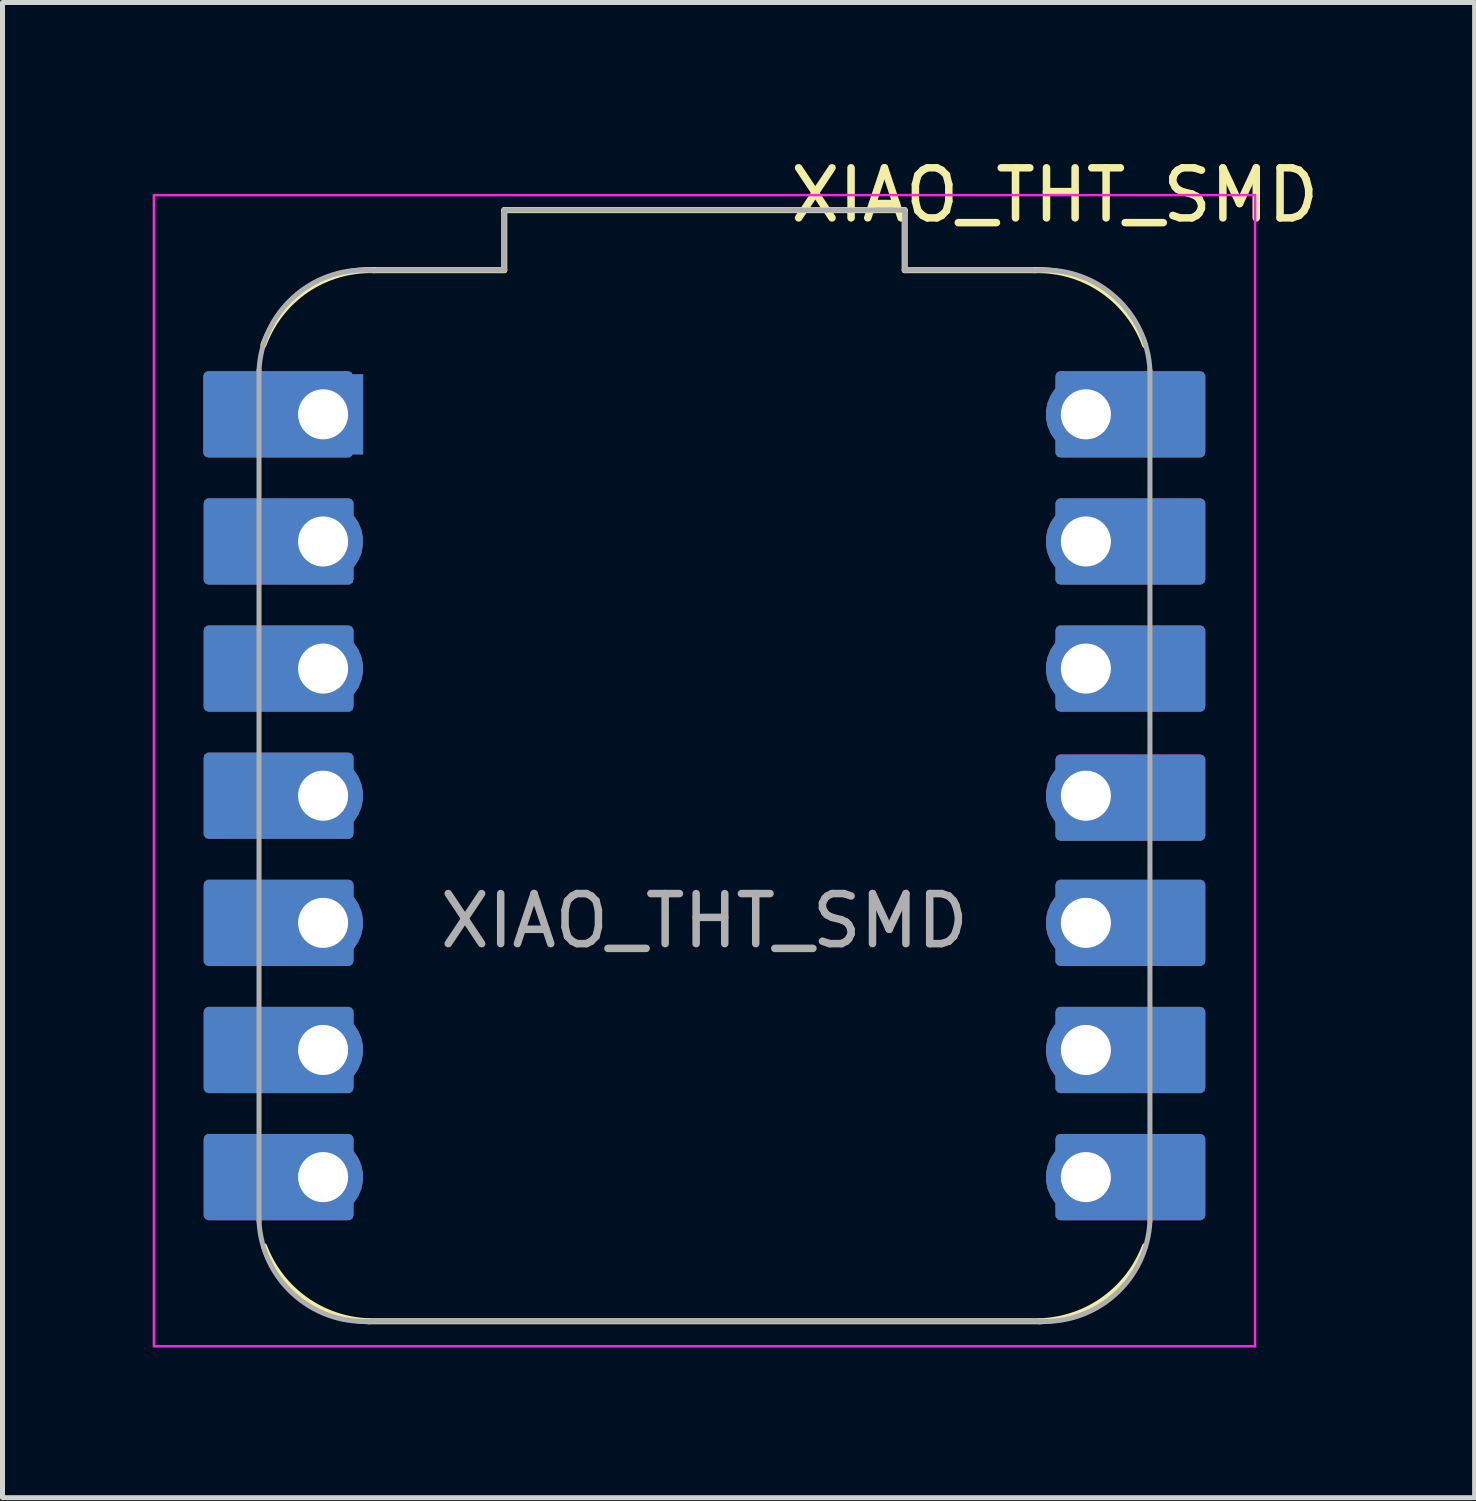
<source format=kicad_pcb>
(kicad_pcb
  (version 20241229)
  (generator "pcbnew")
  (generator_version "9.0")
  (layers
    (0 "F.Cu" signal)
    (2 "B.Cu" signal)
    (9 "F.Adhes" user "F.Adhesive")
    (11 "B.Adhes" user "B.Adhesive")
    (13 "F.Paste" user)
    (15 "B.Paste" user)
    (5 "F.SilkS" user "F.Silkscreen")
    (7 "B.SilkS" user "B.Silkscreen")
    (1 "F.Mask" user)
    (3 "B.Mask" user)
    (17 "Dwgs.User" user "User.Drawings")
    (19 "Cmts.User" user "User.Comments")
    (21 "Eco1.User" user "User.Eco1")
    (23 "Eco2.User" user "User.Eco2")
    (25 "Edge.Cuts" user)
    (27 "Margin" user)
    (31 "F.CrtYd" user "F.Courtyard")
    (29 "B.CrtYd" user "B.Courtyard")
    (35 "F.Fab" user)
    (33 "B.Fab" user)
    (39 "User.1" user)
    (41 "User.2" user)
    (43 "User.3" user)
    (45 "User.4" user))
  (footprint "XIAO_THT_SMD"
    (layer "F.Cu")
    (at 11.025 12.848)
    (property "Reference" "XIAO_THT_SMD" (at 7 -12 0) (unlocked yes) (layer "F.SilkS") (effects (font (size 1 1) (thickness 0.15))))
    (attr smd)
    (fp_line (start -6.7 10.5) (end 6.7 10.5) (stroke (width 0.12) (type default)) (layer "F.SilkS"))
    (fp_line (start -4 -11.7) (end 4 -11.7) (stroke (width 0.12) (type default)) (layer "F.SilkS"))
    (fp_line (start -4 -10.5) (end -6.6 -10.5) (stroke (width 0.12) (type default)) (layer "F.SilkS"))
    (fp_line (start -4 -10.5) (end -4 -11.7) (stroke (width 0.12) (type default)) (layer "F.SilkS"))
    (fp_line (start 4 -11.7) (end 4 -10.5) (stroke (width 0.12) (type default)) (layer "F.SilkS"))
    (fp_line (start 6.6 -10.5) (end 4 -10.5) (stroke (width 0.12) (type default)) (layer "F.SilkS"))
    (fp_arc (start -8.812892 -9.00468) (mid -7.949609 -10.111769) (end -6.600468 -10.499999) (stroke (width 0.12) (type default)) (layer "F.SilkS"))
    (fp_arc (start -6.7 10.5) (mid -7.977232 10.068125) (end -8.8 9) (stroke (width 0.12) (type default)) (layer "F.SilkS"))
    (fp_arc (start 6.6 -10.499999) (mid 7.944325 -10.107116) (end 8.804034 -9.001464) (stroke (width 0.12) (type default)) (layer "F.SilkS"))
    (fp_arc (start 8.8 9) (mid 7.977232 10.068125) (end 6.7 10.5) (stroke (width 0.12) (type default)) (layer "F.SilkS"))
    (fp_rect (start -11 -12) (end 11 11) (stroke (width 0.05) (type default)) (fill no) (layer "F.CrtYd"))
    (fp_line (start -8.9 8.5) (end -8.9 -8.5) (stroke (width 0.1) (type default)) (layer "F.Fab"))
    (fp_line (start -6.7 -10.5) (end -4 -10.5) (stroke (width 0.1) (type default)) (layer "F.Fab"))
    (fp_line (start -4 -11.7) (end 4 -11.7) (stroke (width 0.1) (type default)) (layer "F.Fab"))
    (fp_line (start -4 -10.5) (end -4 -11.7) (stroke (width 0.1) (type default)) (layer "F.Fab"))
    (fp_line (start 4 -11.7) (end 4 -10.5) (stroke (width 0.1) (type default)) (layer "F.Fab"))
    (fp_line (start 4 -10.5) (end 6.7 -10.5) (stroke (width 0.1) (type default)) (layer "F.Fab"))
    (fp_line (start 6.7 10.5) (end -6.7 10.5) (stroke (width 0.1) (type default)) (layer "F.Fab"))
    (fp_line (start 8.9 -8.5) (end 8.9 8.5) (stroke (width 0.1) (type default)) (layer "F.Fab"))
    (fp_arc (start -8.9 -8.5) (mid -8.214214 -9.955635) (end -6.7 -10.5) (stroke (width 0.1) (type default)) (layer "F.Fab"))
    (fp_arc (start -6.7 10.5) (mid -8.214214 9.955635) (end -8.9 8.5) (stroke (width 0.1) (type default)) (layer "F.Fab"))
    (fp_arc (start 6.7 -10.499999) (mid 8.214695 -9.954472) (end 8.9 -8.497676) (stroke (width 0.1) (type default)) (layer "F.Fab"))
    (fp_arc (start 8.9 8.5) (mid 8.214214 9.955635) (end 6.7 10.5) (stroke (width 0.1) (type default)) (layer "F.Fab"))
    (fp_text user "${REFERENCE}" (at 0 2.5 0) (unlocked yes) (layer "F.Fab") (effects (font (size 1 1) (thickness 0.15))))
    (pad "1" thru_hole custom (at -7.62 -7.62 90) (size 1.6 1.6) (drill 1) (layers "*.Cu" "*.Mask") (options (anchor rect)) (primitives (gr_poly (pts (xy 0.762 -2.294) (xy -0.762 -2.294) (xy -0.762 0.5) (xy 0.762 0.5)) (width 0.2) (fill yes))))
    (pad "2" thru_hole custom (at -7.62 -5.08 90) (size 1.6 1.6) (drill 1) (layers "*.Cu" "*.Mask") (options (anchor circle)) (primitives (gr_poly (pts (xy 0.762 -2.286) (xy -0.762 -2.286) (xy -0.762 0.508) (xy 0.762 0.508)) (width 0.2) (fill yes))))
    (pad "3" thru_hole custom (at -7.62 -2.54 90) (size 1.6 1.6) (drill 1) (layers "*.Cu" "*.Mask") (options (anchor circle)) (primitives (gr_poly (pts (xy 0.762 -2.286) (xy -0.762 -2.286) (xy -0.762 0.508) (xy 0.762 0.508)) (width 0.2) (fill yes))))
    (pad "4" thru_hole custom (at -7.62 0 90) (size 1.6 1.6) (drill 1) (layers "*.Cu" "*.Mask") (options (anchor circle)) (primitives (gr_poly (pts (xy 0.762 -2.286) (xy -0.762 -2.286) (xy -0.762 0.508) (xy 0.762 0.508)) (width 0.2) (fill yes))))
    (pad "5" thru_hole custom (at -7.62 2.54 90) (size 1.6 1.6) (drill 1) (layers "*.Cu" "*.Mask") (options (anchor circle)) (primitives (gr_poly (pts (xy 0.762 -2.286) (xy -0.762 -2.286) (xy -0.762 0.508) (xy 0.762 0.508)) (width 0.2) (fill yes))))
    (pad "6" thru_hole custom (at -7.62 5.08 90) (size 1.6 1.6) (drill 1) (layers "*.Cu" "*.Mask") (options (anchor circle)) (primitives (gr_poly (pts (xy 0.762 -2.286) (xy -0.762 -2.286) (xy -0.762 0.508) (xy 0.762 0.508)) (width 0.2) (fill yes))))
    (pad "7" thru_hole custom (at -7.62 7.62 90) (size 1.6 1.6) (drill 1) (layers "*.Cu" "*.Mask") (options (anchor circle)) (primitives (gr_poly (pts (xy 0.762 -2.286) (xy -0.762 -2.286) (xy -0.762 0.508) (xy 0.762 0.508)) (width 0.2) (fill yes))))
    (pad "8" thru_hole custom (at 7.62 7.62 90) (size 1.6 1.6) (drill 1) (layers "*.Cu" "*.Mask") (options (anchor circle)) (primitives (gr_poly (pts (xy 0.762 -0.508) (xy -0.762 -0.508) (xy -0.762 2.286) (xy 0.762 2.286)) (width 0.2) (fill yes))))
    (pad "9" thru_hole custom (at 7.62 5.08 90) (size 1.6 1.6) (drill 1) (layers "*.Cu" "*.Mask") (options (anchor circle)) (primitives (gr_poly (pts (xy 0.762 -0.508) (xy -0.762 -0.508) (xy -0.762 2.286) (xy 0.762 2.286)) (width 0.2) (fill yes))))
    (pad "10" thru_hole custom (at 7.62 2.54 90) (size 1.6 1.6) (drill 1) (layers "*.Cu" "*.Mask") (options (anchor circle)) (primitives (gr_poly (pts (xy 0.762 -0.508) (xy -0.762 -0.508) (xy -0.762 2.286) (xy 0.762 2.286)) (width 0.2) (fill yes))))
    (pad "11" thru_hole custom (at 7.62 0 90) (size 1.6 1.6) (drill 1) (layers "*.Cu" "*.Mask") (options (anchor circle)) (primitives (gr_poly (pts (xy 0.724 -0.508) (xy -0.8 -0.508) (xy -0.8 2.286) (xy 0.724 2.286)) (width 0.2) (fill yes))))
    (pad "12" thru_hole custom (at 7.62 -2.54 90) (size 1.6 1.6) (drill 1) (layers "*.Cu" "*.Mask") (options (anchor circle)) (primitives (gr_poly (pts (xy 0.762 -0.508) (xy -0.762 -0.508) (xy -0.762 2.286) (xy 0.762 2.286)) (width 0.2) (fill yes))))
    (pad "13" thru_hole custom (at 7.62 -5.08 90) (size 1.6 1.6) (drill 1) (layers "*.Cu" "*.Mask") (options (anchor circle)) (primitives (gr_poly (pts (xy 0.762 -0.508) (xy -0.762 -0.508) (xy -0.762 2.286) (xy 0.762 2.286)) (width 0.2) (fill yes))))
    (pad "14" thru_hole custom (at 7.62 -7.62 90) (size 1.6 1.6) (drill 1) (layers "*.Cu" "*.Mask") (options (anchor circle)) (primitives (gr_poly (pts (xy 0.762 -0.508) (xy -0.762 -0.508) (xy -0.762 2.286) (xy 0.762 2.286)) (width 0.2) (fill yes)))))
  (gr_rect
    (start -3 -3)
    (end 26.412 26.873)
    (stroke (width 0.1) (type default))
    (fill no)
    (layer "Edge.Cuts")))
</source>
